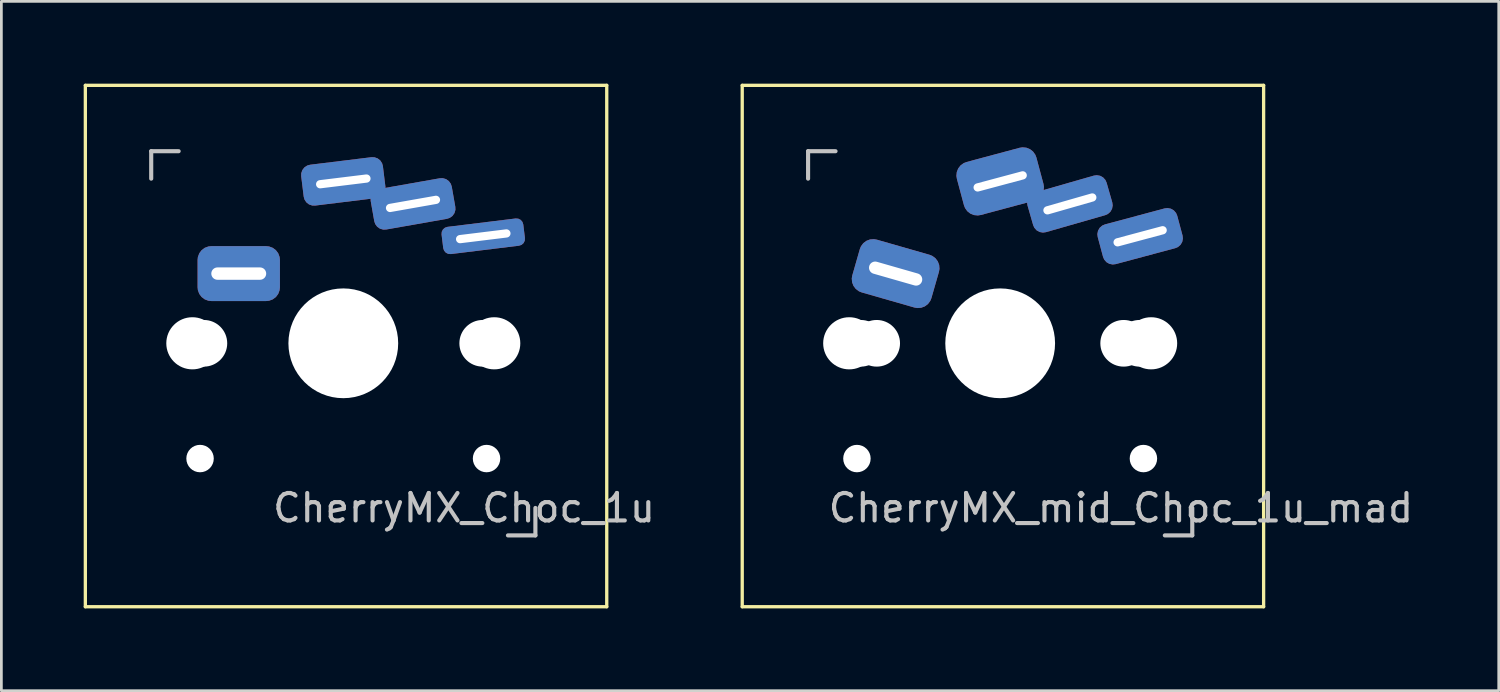
<source format=kicad_pcb>
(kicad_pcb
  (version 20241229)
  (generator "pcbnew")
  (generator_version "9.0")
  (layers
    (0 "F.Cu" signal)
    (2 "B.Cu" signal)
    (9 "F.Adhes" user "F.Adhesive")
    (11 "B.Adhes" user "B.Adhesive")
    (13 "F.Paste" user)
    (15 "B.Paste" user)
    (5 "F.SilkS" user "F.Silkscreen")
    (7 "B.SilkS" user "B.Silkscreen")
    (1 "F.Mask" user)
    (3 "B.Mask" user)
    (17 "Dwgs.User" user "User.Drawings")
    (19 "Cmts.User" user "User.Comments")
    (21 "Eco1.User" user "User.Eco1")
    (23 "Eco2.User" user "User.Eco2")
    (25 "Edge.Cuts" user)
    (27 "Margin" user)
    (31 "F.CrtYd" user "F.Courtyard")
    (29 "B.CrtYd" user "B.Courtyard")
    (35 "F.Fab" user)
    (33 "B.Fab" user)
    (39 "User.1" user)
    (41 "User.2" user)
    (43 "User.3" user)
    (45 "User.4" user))
  (footprint "CherryMX_Choc_1u"
    (layer "F.Cu")
    (at 9.46 9.46)
    (property "Reference" "CherryMX_Choc_1u" (at 4.4 6 0) (layer "Dwgs.User") (effects (font (size 1 1) (thickness 0.15))))
    (attr through_hole)
    (fp_line (start -9.4 -9.4) (end 9.6 -9.4) (stroke (width 0.12) (type solid)) (layer "F.SilkS"))
    (fp_line (start -9.4 9.6) (end -9.4 -9.4) (stroke (width 0.12) (type solid)) (layer "F.SilkS"))
    (fp_line (start 9.6 -9.4) (end 9.6 9.6) (stroke (width 0.12) (type solid)) (layer "F.SilkS"))
    (fp_line (start 9.6 9.6) (end -9.4 9.6) (stroke (width 0.12) (type solid)) (layer "F.SilkS"))
    (fp_line (start -7 -7) (end -6 -7) (stroke (width 0.15) (type solid)) (layer "Dwgs.User"))
    (fp_line (start -7 -6) (end -7 -7) (stroke (width 0.15) (type solid)) (layer "Dwgs.User"))
    (fp_line (start 6 7) (end 7 7) (stroke (width 0.15) (type solid)) (layer "Dwgs.User"))
    (fp_line (start 7 7) (end 7 6) (stroke (width 0.15) (type solid)) (layer "Dwgs.User"))
    (pad "" np_thru_hole circle (at -5.5 0 90) (size 1.9 1.9) (drill 1.9) (layers "*.Cu" "*.Mask"))
    (pad "" np_thru_hole circle (at -5.22 4.2) (size 1 1) (drill 1) (layers "*.Cu" "*.Mask"))
    (pad "" np_thru_hole circle (at -5.08 0) (size 1.7 1.7) (drill 1.7) (layers "*.Cu" "*.Mask"))
    (pad "" np_thru_hole circle (at 0 0 90) (size 4 4) (drill 4) (layers "*.Cu" "*.Mask"))
    (pad "" np_thru_hole circle (at 5.08 0) (size 1.7 1.7) (drill 1.7) (layers "*.Cu" "*.Mask"))
    (pad "" np_thru_hole circle (at 5.22 4.2) (size 1 1) (drill 1) (layers "*.Cu" "*.Mask"))
    (pad "" np_thru_hole circle (at 5.5 0 90) (size 1.9 1.9) (drill 1.9) (layers "*.Cu" "*.Mask"))
    (pad "1" thru_hole roundrect (at -3.81 -2.54) (size 3 2) (drill oval 2 0.45) (layers "*.Cu" "*.Mask") (roundrect_rratio 0.25))
    (pad "1" thru_hole roundrect (at 5.1 -3.9 7) (size 3 1) (drill oval 2 0.3) (layers "*.Cu" "*.Mask") (roundrect_rratio 0.25))
    (pad "2" thru_hole roundrect (at 0 -5.9 7) (size 3 1.5) (drill oval 2 0.3) (layers "*.Cu" "*.Mask") (roundrect_rratio 0.25))
    (pad "2" thru_hole roundrect (at 2.54 -5.08 10) (size 3 1.5) (drill oval 2 0.3) (layers "*.Cu" "*.Mask") (roundrect_rratio 0.25)))
  (footprint "CherryMX_mid_Choc_1u_mad"
    (layer "F.Cu")
    (at 33.397 9.46)
    (property "Reference" "CherryMX_mid_Choc_1u_mad" (at 4.4 6 0) (layer "Dwgs.User") (effects (font (size 1 1) (thickness 0.15))))
    (attr through_hole)
    (fp_line (start -9.4 -9.4) (end 9.6 -9.4) (stroke (width 0.12) (type solid)) (layer "F.SilkS"))
    (fp_line (start -9.4 9.6) (end -9.4 -9.4) (stroke (width 0.12) (type solid)) (layer "F.SilkS"))
    (fp_line (start 9.6 -9.4) (end 9.6 9.6) (stroke (width 0.12) (type solid)) (layer "F.SilkS"))
    (fp_line (start 9.6 9.6) (end -9.4 9.6) (stroke (width 0.12) (type solid)) (layer "F.SilkS"))
    (fp_line (start -7 -7) (end -6 -7) (stroke (width 0.15) (type solid)) (layer "Dwgs.User"))
    (fp_line (start -7 -6) (end -7 -7) (stroke (width 0.15) (type solid)) (layer "Dwgs.User"))
    (fp_line (start 6 7) (end 7 7) (stroke (width 0.15) (type solid)) (layer "Dwgs.User"))
    (fp_line (start 7 7) (end 7 6) (stroke (width 0.15) (type solid)) (layer "Dwgs.User"))
    (pad "" np_thru_hole circle (at -5.5 0 90) (size 1.9 1.9) (drill 1.9) (layers "*.Cu" "*.Mask"))
    (pad "" np_thru_hole circle (at -5.22 4.2) (size 1 1) (drill 1) (layers "*.Cu" "*.Mask"))
    (pad "" np_thru_hole circle (at -5.08 0) (size 1.7 1.7) (drill 1.7) (layers "*.Cu" "*.Mask"))
    (pad "" np_thru_hole circle (at -4.5 0) (size 1.7 1.7) (drill 1.7) (layers "*.Cu" "*.Mask"))
    (pad "" np_thru_hole circle (at 0 0 90) (size 4 4) (drill 4) (layers "*.Cu" "*.Mask"))
    (pad "" np_thru_hole circle (at 4.5 0) (size 1.7 1.7) (drill 1.7) (layers "*.Cu" "*.Mask"))
    (pad "" np_thru_hole circle (at 5.08 0) (size 1.7 1.7) (drill 1.7) (layers "*.Cu" "*.Mask"))
    (pad "" np_thru_hole circle (at 5.22 4.2) (size 1 1) (drill 1) (layers "*.Cu" "*.Mask"))
    (pad "" np_thru_hole circle (at 5.5 0 90) (size 1.9 1.9) (drill 1.9) (layers "*.Cu" "*.Mask"))
    (pad "1" thru_hole roundrect (at -3.81 -2.54 344) (size 3 2) (drill oval 2 0.45) (layers "*.Cu" "*.Mask") (roundrect_rratio 0.25))
    (pad "1" thru_hole roundrect (at 5.1 -3.9 15) (size 3 1.5) (drill oval 2 0.3) (layers "*.Cu" "*.Mask") (roundrect_rratio 0.25))
    (pad "2" thru_hole roundrect (at 0 -5.9 15) (size 3 2) (drill oval 2 0.3) (layers "*.Cu" "*.Mask") (roundrect_rratio 0.25))
    (pad "2" thru_hole roundrect (at 2.54 -5.08 16) (size 3 1.5) (drill oval 2 0.3) (layers "*.Cu" "*.Mask") (roundrect_rratio 0.25)))
  (gr_rect
    (start -3 -3)
    (end 51.565 22.12)
    (stroke (width 0.1) (type default))
    (fill no)
    (layer "Edge.Cuts")))
</source>
